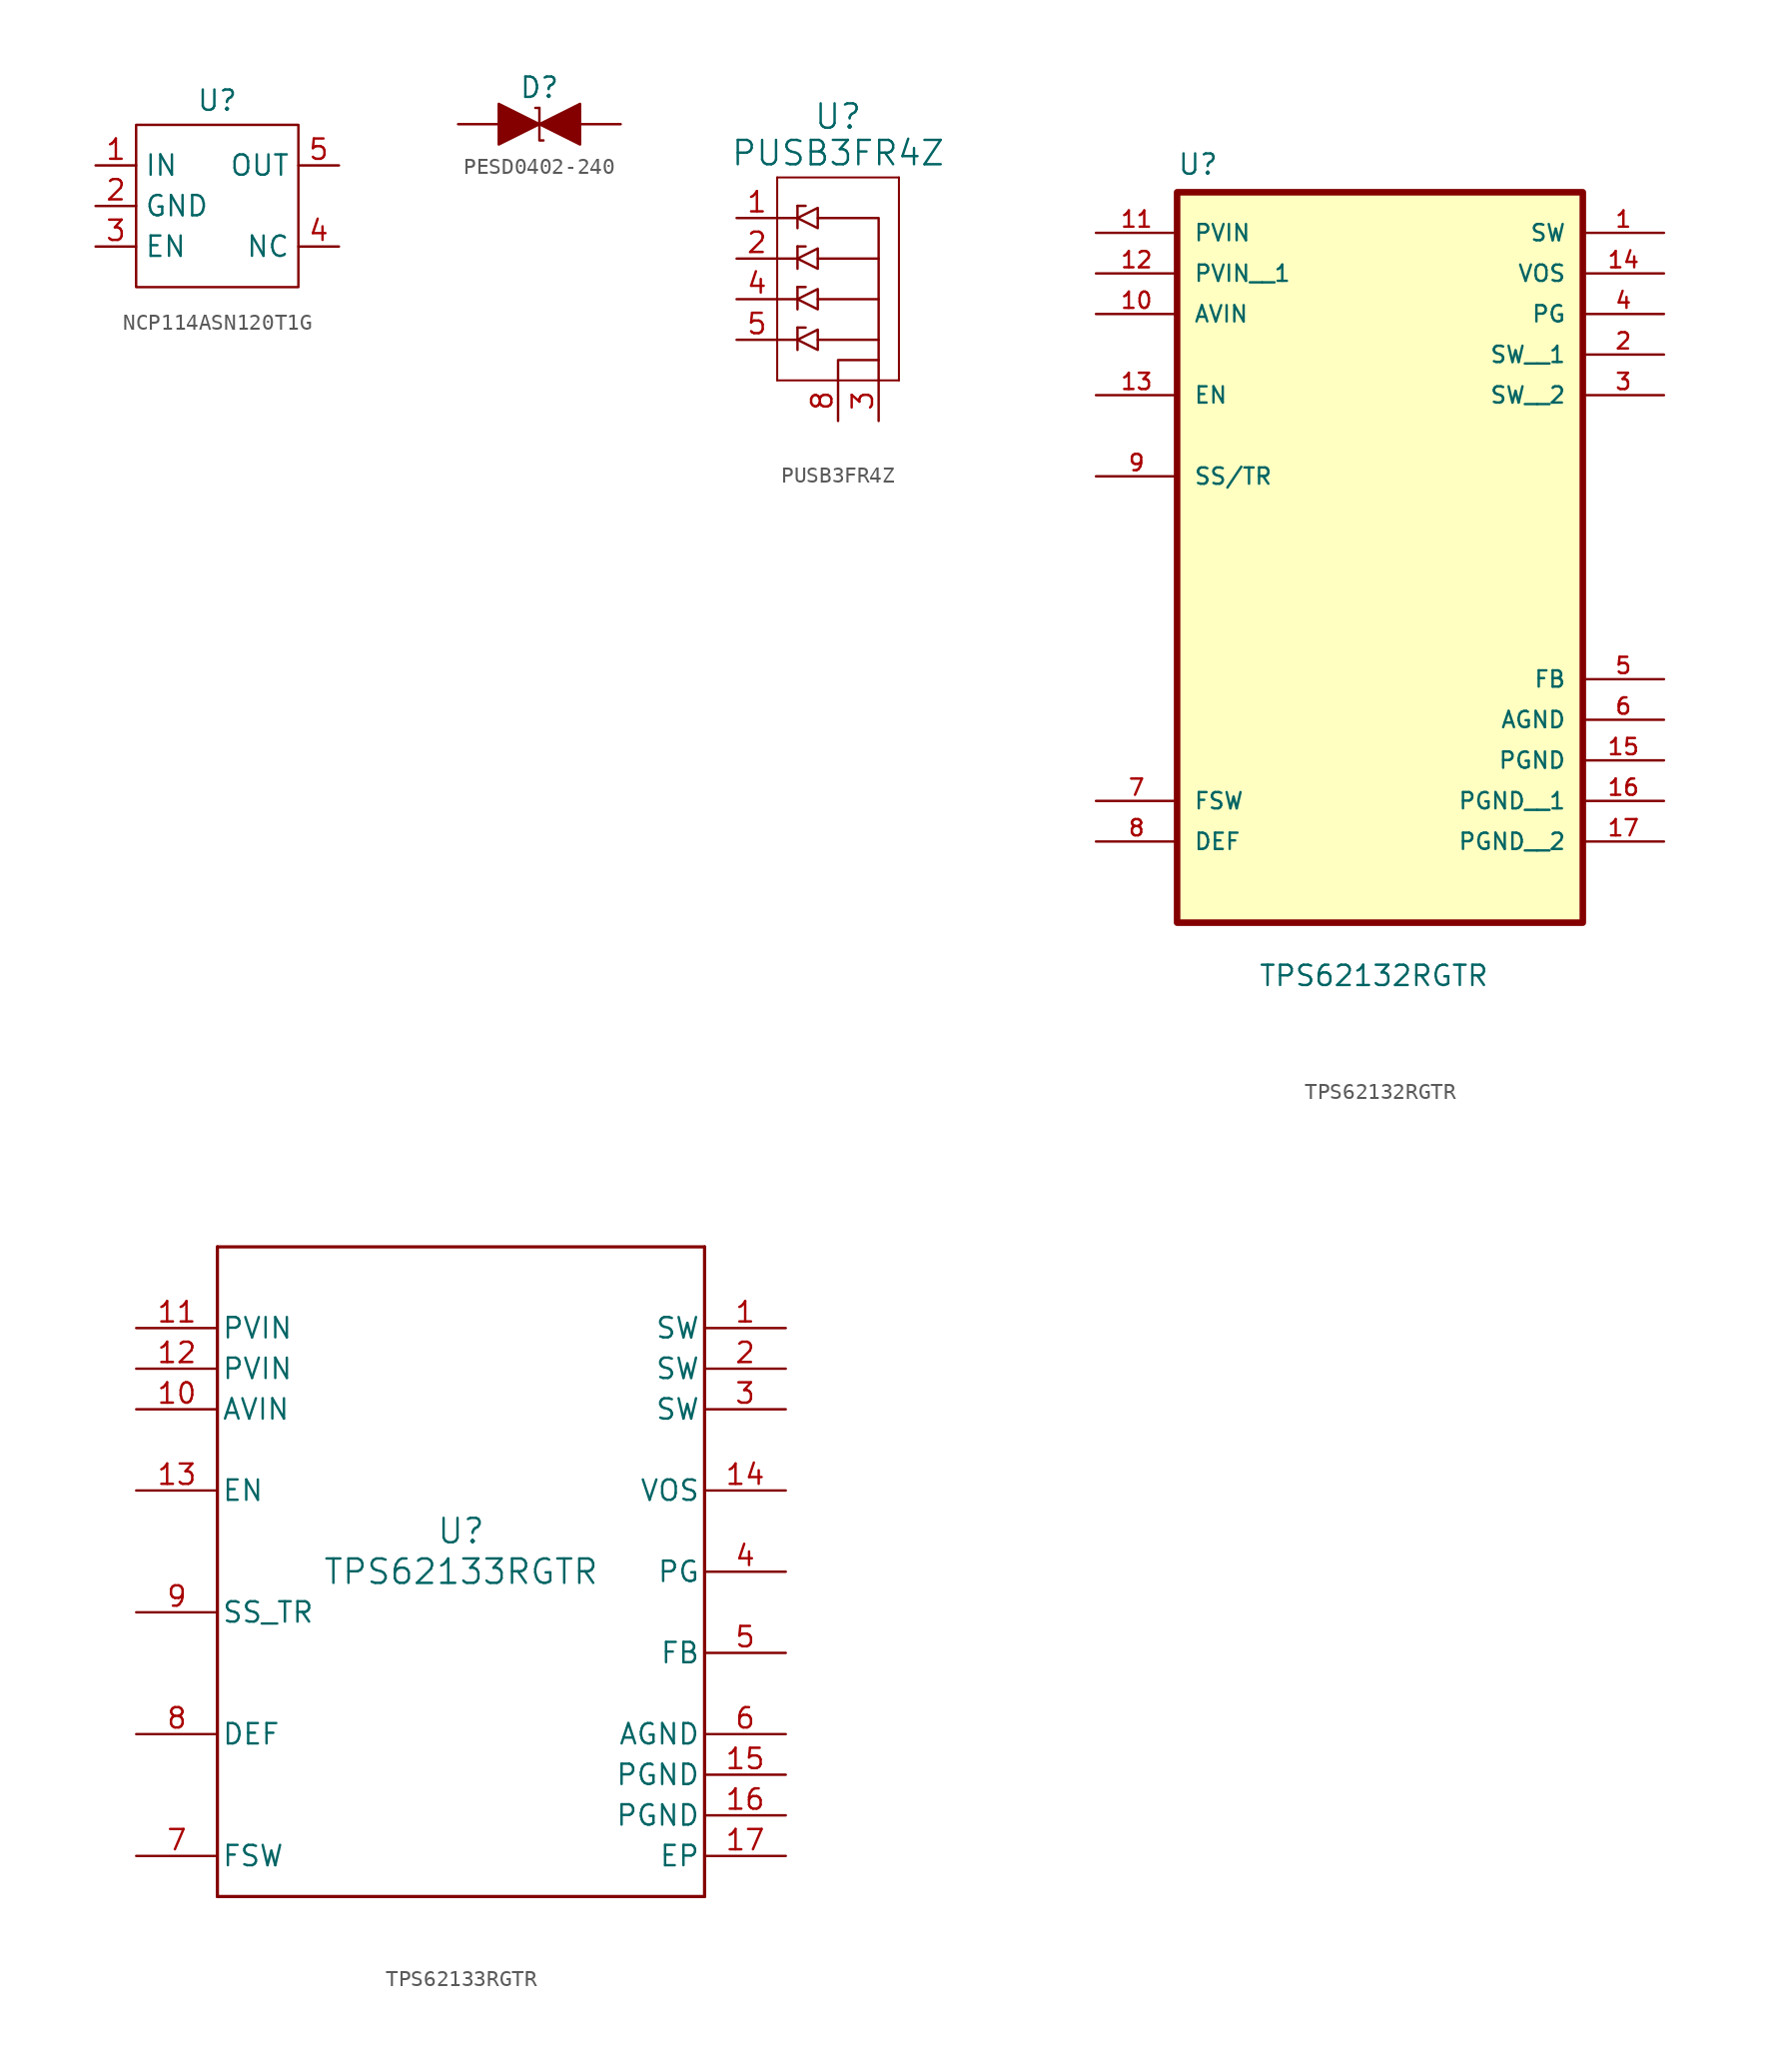
<source format=kicad_sym>
(kicad_symbol_lib
  (version 20231120)
  (generator "kicad_symbol_editor")
  (generator_version "8.0")
  (symbol "NCP114ASN120T1G"
    (property "Reference" "U"
      (at 0 6.604 0)
      (effects (font (size 1.27 1.27))))
    (property "Value" ""
      (at -1.27 0 0)
      (effects (font (size 1.27 1.27))))
    (symbol "NCP114ASN120T1G_0_1"
      (polyline (pts (xy 0 5.08) (xy -5.08 5.08) (xy -5.08 -5.08) (xy 5.08 -5.08) (xy 5.08 5.08) (xy 0 5.08)) (stroke (width 0) (type default)) (fill (type none))))
    (symbol "NCP114ASN120T1G_1_1"
      (pin input line (at -7.62 2.54 0) (length 2.54) (name "IN" (effects (font (size 1.27 1.27)))) (number "1" (effects (font (size 1.27 1.27)))))
      (pin input line (at -7.62 0 0) (length 2.54) (name "GND" (effects (font (size 1.27 1.27)))) (number "2" (effects (font (size 1.27 1.27)))))
      (pin input line (at -7.62 -2.54 0) (length 2.54) (name "EN" (effects (font (size 1.27 1.27)))) (number "3" (effects (font (size 1.27 1.27)))))
      (pin output line (at 7.62 -2.54 180) (length 2.54) (name "NC" (effects (font (size 1.27 1.27)))) (number "4" (effects (font (size 1.27 1.27)))))
      (pin output line (at 7.62 2.54 180) (length 2.54) (name "OUT" (effects (font (size 1.27 1.27)))) (number "5" (effects (font (size 1.27 1.27)))))))
  (symbol "PESD0402-240"
    (pin_numbers hide)
    (pin_names hide)
    (property "Reference" "D"
      (at 0 2.286 0)
      (effects (font (size 1.27 1.27))))
    (property "Value" ""
      (at 0 0 0)
      (effects (font (size 1.27 1.27))))
    (symbol "PESD0402-240_1_1"
      (polyline (pts (xy 0 1.016) (xy -0.254 1.016)) (stroke (width 0) (type default)) (fill (type none)))
      (polyline (pts (xy 0 1.016) (xy 0 -1.016) (xy 0.254 -1.016)) (stroke (width 0) (type default)) (fill (type none)))
      (polyline (pts (xy -2.54 1.27) (xy -2.54 -1.27) (xy 0 0) (xy -2.54 1.27)) (stroke (width 0) (type default)) (fill (type outline)))
      (polyline (pts (xy 2.54 -1.27) (xy 2.54 1.27) (xy 0 0) (xy 2.54 -1.27)) (stroke (width 0) (type default)) (fill (type outline)))
      (pin passive line (at -5.08 0 0) (length 2.54) (name "" (effects (font (size 1.27 1.27)))) (number "1" (effects (font (size 1.27 1.27)))))
      (pin passive line (at 5.08 0 180) (length 2.54) (name "" (effects (font (size 1.27 1.27)))) (number "2" (effects (font (size 1.27 1.27)))))))
  (symbol "PUSB3FR4Z"
    (pin_names
      (offset 0.254))
    (property "Reference" "U"
      (at 0 10.16 0)
      (effects (font (size 1.524 1.524))))
    (property "Value" "PUSB3FR4Z"
      (at 0 7.874 0)
      (effects (font (size 1.524 1.524))))
    (symbol "PUSB3FR4Z_0_1"
      (polyline (pts (xy -3.81 -6.35) (xy 3.81 -6.35)) (stroke (width 0.127) (type default)) (fill (type none)))
      (polyline (pts (xy -3.81 -3.81) (xy -2.54 -3.81)) (stroke (width 0) (type default)) (fill (type none)))
      (polyline (pts (xy -3.81 -1.27) (xy -2.54 -1.27)) (stroke (width 0) (type default)) (fill (type none)))
      (polyline (pts (xy -3.81 1.27) (xy -2.54 1.27)) (stroke (width 0) (type default)) (fill (type none)))
      (polyline (pts (xy -3.81 3.81) (xy -2.54 3.81)) (stroke (width 0) (type default)) (fill (type none)))
      (polyline (pts (xy -3.81 6.35) (xy -3.81 -6.35)) (stroke (width 0.127) (type default)) (fill (type none)))
      (polyline (pts (xy -2.54 -3.81) (xy -2.54 -4.445)) (stroke (width 0) (type default)) (fill (type none)))
      (polyline (pts (xy -2.54 -3.048) (xy -2.54 -3.81)) (stroke (width 0) (type default)) (fill (type none)))
      (polyline (pts (xy -2.54 -3.048) (xy -2.032 -3.048)) (stroke (width 0) (type default)) (fill (type none)))
      (polyline (pts (xy -2.54 -1.27) (xy -2.54 -1.905)) (stroke (width 0) (type default)) (fill (type none)))
      (polyline (pts (xy -2.54 -0.508) (xy -2.54 -1.27)) (stroke (width 0) (type default)) (fill (type none)))
      (polyline (pts (xy -2.54 -0.508) (xy -2.032 -0.508)) (stroke (width 0) (type default)) (fill (type none)))
      (polyline (pts (xy -2.54 1.27) (xy -2.54 0.635)) (stroke (width 0) (type default)) (fill (type none)))
      (polyline (pts (xy -2.54 2.032) (xy -2.54 1.27)) (stroke (width 0) (type default)) (fill (type none)))
      (polyline (pts (xy -2.54 2.032) (xy -2.032 2.032)) (stroke (width 0) (type default)) (fill (type none)))
      (polyline (pts (xy -2.54 3.81) (xy -2.54 3.175)) (stroke (width 0) (type default)) (fill (type none)))
      (polyline (pts (xy -2.54 4.572) (xy -2.54 3.81)) (stroke (width 0) (type default)) (fill (type none)))
      (polyline (pts (xy -2.54 4.572) (xy -2.032 4.572)) (stroke (width 0) (type default)) (fill (type none)))
      (polyline (pts (xy -1.27 -3.81) (xy 2.54 -3.81)) (stroke (width 0) (type default)) (fill (type none)))
      (polyline (pts (xy -1.27 -1.27) (xy 2.54 -1.27)) (stroke (width 0) (type default)) (fill (type none)))
      (polyline (pts (xy -1.27 1.27) (xy 2.54 1.27)) (stroke (width 0) (type default)) (fill (type none)))
      (polyline (pts (xy 3.81 -6.35) (xy 3.81 6.35)) (stroke (width 0.127) (type default)) (fill (type none)))
      (polyline (pts (xy 3.81 6.35) (xy -3.81 6.35)) (stroke (width 0.127) (type default)) (fill (type none)))
      (polyline (pts (xy -1.27 3.81) (xy 2.54 3.81) (xy 2.54 -6.35)) (stroke (width 0) (type default)) (fill (type none)))
      (polyline (pts (xy 0 -6.35) (xy 0 -5.08) (xy 2.54 -5.08)) (stroke (width 0) (type default)) (fill (type none)))
      (polyline (pts (xy -2.54 -3.81) (xy -1.27 -3.175) (xy -1.27 -4.445) (xy -2.54 -3.81)) (stroke (width 0) (type default)) (fill (type none)))
      (polyline (pts (xy -2.54 -1.27) (xy -1.27 -0.635) (xy -1.27 -1.905) (xy -2.54 -1.27)) (stroke (width 0) (type default)) (fill (type none)))
      (polyline (pts (xy -2.54 1.27) (xy -1.27 1.905) (xy -1.27 0.635) (xy -2.54 1.27)) (stroke (width 0) (type default)) (fill (type none)))
      (polyline (pts (xy -2.54 3.81) (xy -1.27 4.445) (xy -1.27 3.175) (xy -2.54 3.81)) (stroke (width 0) (type default)) (fill (type none))))
    (symbol "PUSB3FR4Z_1_1"
      (pin bidirectional line (at -6.35 3.81 0) (length 2.54) (name "" (effects (font (size 1.27 1.27)))) (number "1" (effects (font (size 1.27 1.27)))))
      (pin bidirectional line (at -6.35 1.27 0) (length 2.54) (name "" (effects (font (size 1.27 1.27)))) (number "2" (effects (font (size 1.27 1.27)))))
      (pin power_out line (at 2.54 -8.89 90) (length 2.54) (name "" (effects (font (size 1.27 1.27)))) (number "3" (effects (font (size 1.27 1.27)))))
      (pin bidirectional line (at -6.35 -1.27 0) (length 2.54) (name "" (effects (font (size 1.27 1.27)))) (number "4" (effects (font (size 1.27 1.27)))))
      (pin bidirectional line (at -6.35 -3.81 0) (length 2.54) (name "" (effects (font (size 1.27 1.27)))) (number "5" (effects (font (size 1.27 1.27)))))
      (pin power_out line (at 0 -8.89 90) (length 2.54) (name "" (effects (font (size 1.27 1.27)))) (number "8" (effects (font (size 1.27 1.27)))))))
  (symbol "TPS62132RGTR"
    (pin_names
      (offset 1.016))
    (property "Reference" "U"
      (at -12.7 18.78 0)
      (effects (font (size 1.27 1.27)) (justify left bottom)))
    (property "Value" "TPS62132RGTR"
      (at -7.62 -32.004 0)
      (effects (font (size 1.27 1.27)) (justify left bottom)))
    (symbol "TPS62132RGTR_0_0"
      (rectangle (start -12.7 -27.94) (end 12.7 17.78) (stroke (width 0.41) (type default)) (fill (type background)))
      (pin output line (at 17.78 15.24 180) (length 5.08) (name "SW" (effects (font (size 1.016 1.016)))) (number "1" (effects (font (size 1.016 1.016)))))
      (pin input line (at -17.78 10.16 0) (length 5.08) (name "AVIN" (effects (font (size 1.016 1.016)))) (number "10" (effects (font (size 1.016 1.016)))))
      (pin input line (at -17.78 15.24 0) (length 5.08) (name "PVIN" (effects (font (size 1.016 1.016)))) (number "11" (effects (font (size 1.016 1.016)))))
      (pin input line (at -17.78 12.7 0) (length 5.08) (name "PVIN__1" (effects (font (size 1.016 1.016)))) (number "12" (effects (font (size 1.016 1.016)))))
      (pin input line (at -17.78 5.08 0) (length 5.08) (name "EN" (effects (font (size 1.016 1.016)))) (number "13" (effects (font (size 1.016 1.016)))))
      (pin input line (at 17.78 12.7 180) (length 5.08) (name "VOS" (effects (font (size 1.016 1.016)))) (number "14" (effects (font (size 1.016 1.016)))))
      (pin power_in line (at 17.78 -17.78 180) (length 5.08) (name "PGND" (effects (font (size 1.016 1.016)))) (number "15" (effects (font (size 1.016 1.016)))))
      (pin power_in line (at 17.78 -20.32 180) (length 5.08) (name "PGND__1" (effects (font (size 1.016 1.016)))) (number "16" (effects (font (size 1.016 1.016)))))
      (pin power_in line (at 17.78 -22.86 180) (length 5.08) (name "PGND__2" (effects (font (size 1.016 1.016)))) (number "17" (effects (font (size 1.016 1.016)))))
      (pin output line (at 17.78 7.62 180) (length 5.08) (name "SW__1" (effects (font (size 1.016 1.016)))) (number "2" (effects (font (size 1.016 1.016)))))
      (pin output line (at 17.78 5.08 180) (length 5.08) (name "SW__2" (effects (font (size 1.016 1.016)))) (number "3" (effects (font (size 1.016 1.016)))))
      (pin output line (at 17.78 10.16 180) (length 5.08) (name "PG" (effects (font (size 1.016 1.016)))) (number "4" (effects (font (size 1.016 1.016)))))
      (pin input line (at 17.78 -12.7 180) (length 5.08) (name "FB" (effects (font (size 1.016 1.016)))) (number "5" (effects (font (size 1.016 1.016)))))
      (pin power_in line (at 17.78 -15.24 180) (length 5.08) (name "AGND" (effects (font (size 1.016 1.016)))) (number "6" (effects (font (size 1.016 1.016)))))
      (pin input line (at -17.78 -20.32 0) (length 5.08) (name "FSW" (effects (font (size 1.016 1.016)))) (number "7" (effects (font (size 1.016 1.016)))))
      (pin input line (at -17.78 -22.86 0) (length 5.08) (name "DEF" (effects (font (size 1.016 1.016)))) (number "8" (effects (font (size 1.016 1.016)))))
      (pin input line (at -17.78 0 0) (length 5.08) (name "SS/TR" (effects (font (size 1.016 1.016)))) (number "9" (effects (font (size 1.016 1.016)))))))
  (symbol "TPS62133RGTR"
    (pin_names
      (offset 0.254))
    (property "Reference" "U"
      (at 0 2.54 0)
      (effects (font (size 1.524 1.524))))
    (property "Value" "TPS62133RGTR"
      (at 0 0 0)
      (effects (font (size 1.524 1.524))))
    (symbol "TPS62133RGTR_0_1"
      (polyline (pts (xy -15.24 -20.32) (xy 15.24 -20.32)) (stroke (width 0.203) (type default)) (fill (type none)))
      (polyline (pts (xy -15.24 20.32) (xy -15.24 -20.32)) (stroke (width 0.203) (type default)) (fill (type none)))
      (polyline (pts (xy 15.24 -20.32) (xy 15.24 20.32)) (stroke (width 0.203) (type default)) (fill (type none)))
      (polyline (pts (xy 15.24 20.32) (xy -15.24 20.32)) (stroke (width 0.203) (type default)) (fill (type none)))
      (pin power_in line (at 20.32 15.24 180) (length 5.08) (name "SW" (effects (font (size 1.27 1.27)))) (number "1" (effects (font (size 1.27 1.27)))))
      (pin power_in line (at -20.32 10.16 0) (length 5.08) (name "AVIN" (effects (font (size 1.27 1.27)))) (number "10" (effects (font (size 1.27 1.27)))))
      (pin power_in line (at -20.32 15.24 0) (length 5.08) (name "PVIN" (effects (font (size 1.27 1.27)))) (number "11" (effects (font (size 1.27 1.27)))))
      (pin power_in line (at -20.32 12.7 0) (length 5.08) (name "PVIN" (effects (font (size 1.27 1.27)))) (number "12" (effects (font (size 1.27 1.27)))))
      (pin input line (at -20.32 5.08 0) (length 5.08) (name "EN" (effects (font (size 1.27 1.27)))) (number "13" (effects (font (size 1.27 1.27)))))
      (pin input line (at 20.32 5.08 180) (length 5.08) (name "VOS" (effects (font (size 1.27 1.27)))) (number "14" (effects (font (size 1.27 1.27)))))
      (pin power_in line (at 20.32 -12.7 180) (length 5.08) (name "PGND" (effects (font (size 1.27 1.27)))) (number "15" (effects (font (size 1.27 1.27)))))
      (pin power_in line (at 20.32 -15.24 180) (length 5.08) (name "PGND" (effects (font (size 1.27 1.27)))) (number "16" (effects (font (size 1.27 1.27)))))
      (pin power_in line (at 20.32 -17.78 180) (length 5.08) (name "EP" (effects (font (size 1.27 1.27)))) (number "17" (effects (font (size 1.27 1.27)))))
      (pin power_in line (at 20.32 12.7 180) (length 5.08) (name "SW" (effects (font (size 1.27 1.27)))) (number "2" (effects (font (size 1.27 1.27)))))
      (pin power_in line (at 20.32 10.16 180) (length 5.08) (name "SW" (effects (font (size 1.27 1.27)))) (number "3" (effects (font (size 1.27 1.27)))))
      (pin open_collector line (at 20.32 0 180) (length 5.08) (name "PG" (effects (font (size 1.27 1.27)))) (number "4" (effects (font (size 1.27 1.27)))))
      (pin input line (at 20.32 -5.08 180) (length 5.08) (name "FB" (effects (font (size 1.27 1.27)))) (number "5" (effects (font (size 1.27 1.27)))))
      (pin power_in line (at 20.32 -10.16 180) (length 5.08) (name "AGND" (effects (font (size 1.27 1.27)))) (number "6" (effects (font (size 1.27 1.27)))))
      (pin input line (at -20.32 -17.78 0) (length 5.08) (name "FSW" (effects (font (size 1.27 1.27)))) (number "7" (effects (font (size 1.27 1.27)))))
      (pin input line (at -20.32 -10.16 0) (length 5.08) (name "DEF" (effects (font (size 1.27 1.27)))) (number "8" (effects (font (size 1.27 1.27)))))
      (pin input line (at -20.32 -2.54 0) (length 5.08) (name "SS_TR" (effects (font (size 1.27 1.27)))) (number "9" (effects (font (size 1.27 1.27))))))))
</source>
